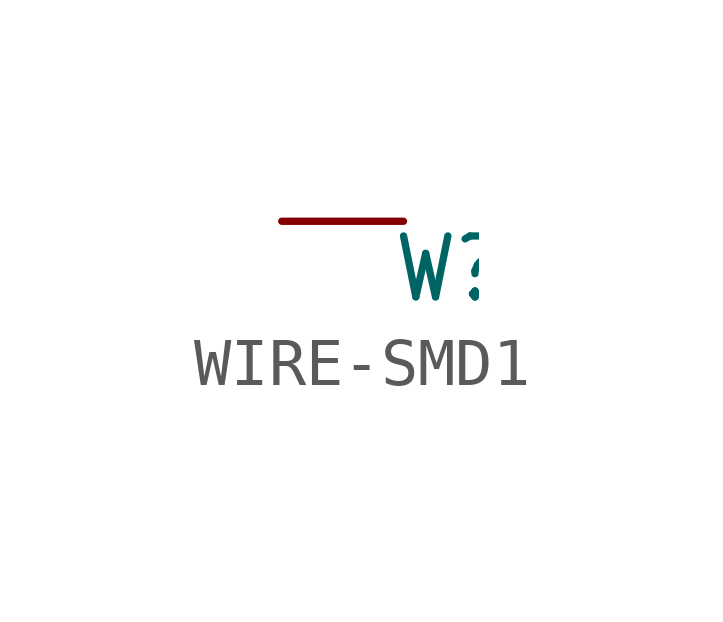
<source format=kicad_sym>
(kicad_symbol_lib
  (version 20211014)
  (generator kicad_symbol_editor)
  (symbol "WIRE-SMD1"
    (property "Reference" "W"
      (at 2.286 -0.254 0)
      (effects (font (size 1.27 1.079)) (justify left top)))
    (property "ki_locked" ""
      (at 0 0 0)
      (effects (font (size 1.27 1.27))))
    (symbol "WIRE-SMD1_1_0"
      (pin bidirectional line (at 0 0 0) (length 2.54) (name "P$1" (effects (font (size 0 0)))) (number "P$1" (effects (font (size 0 0))))))))
</source>
